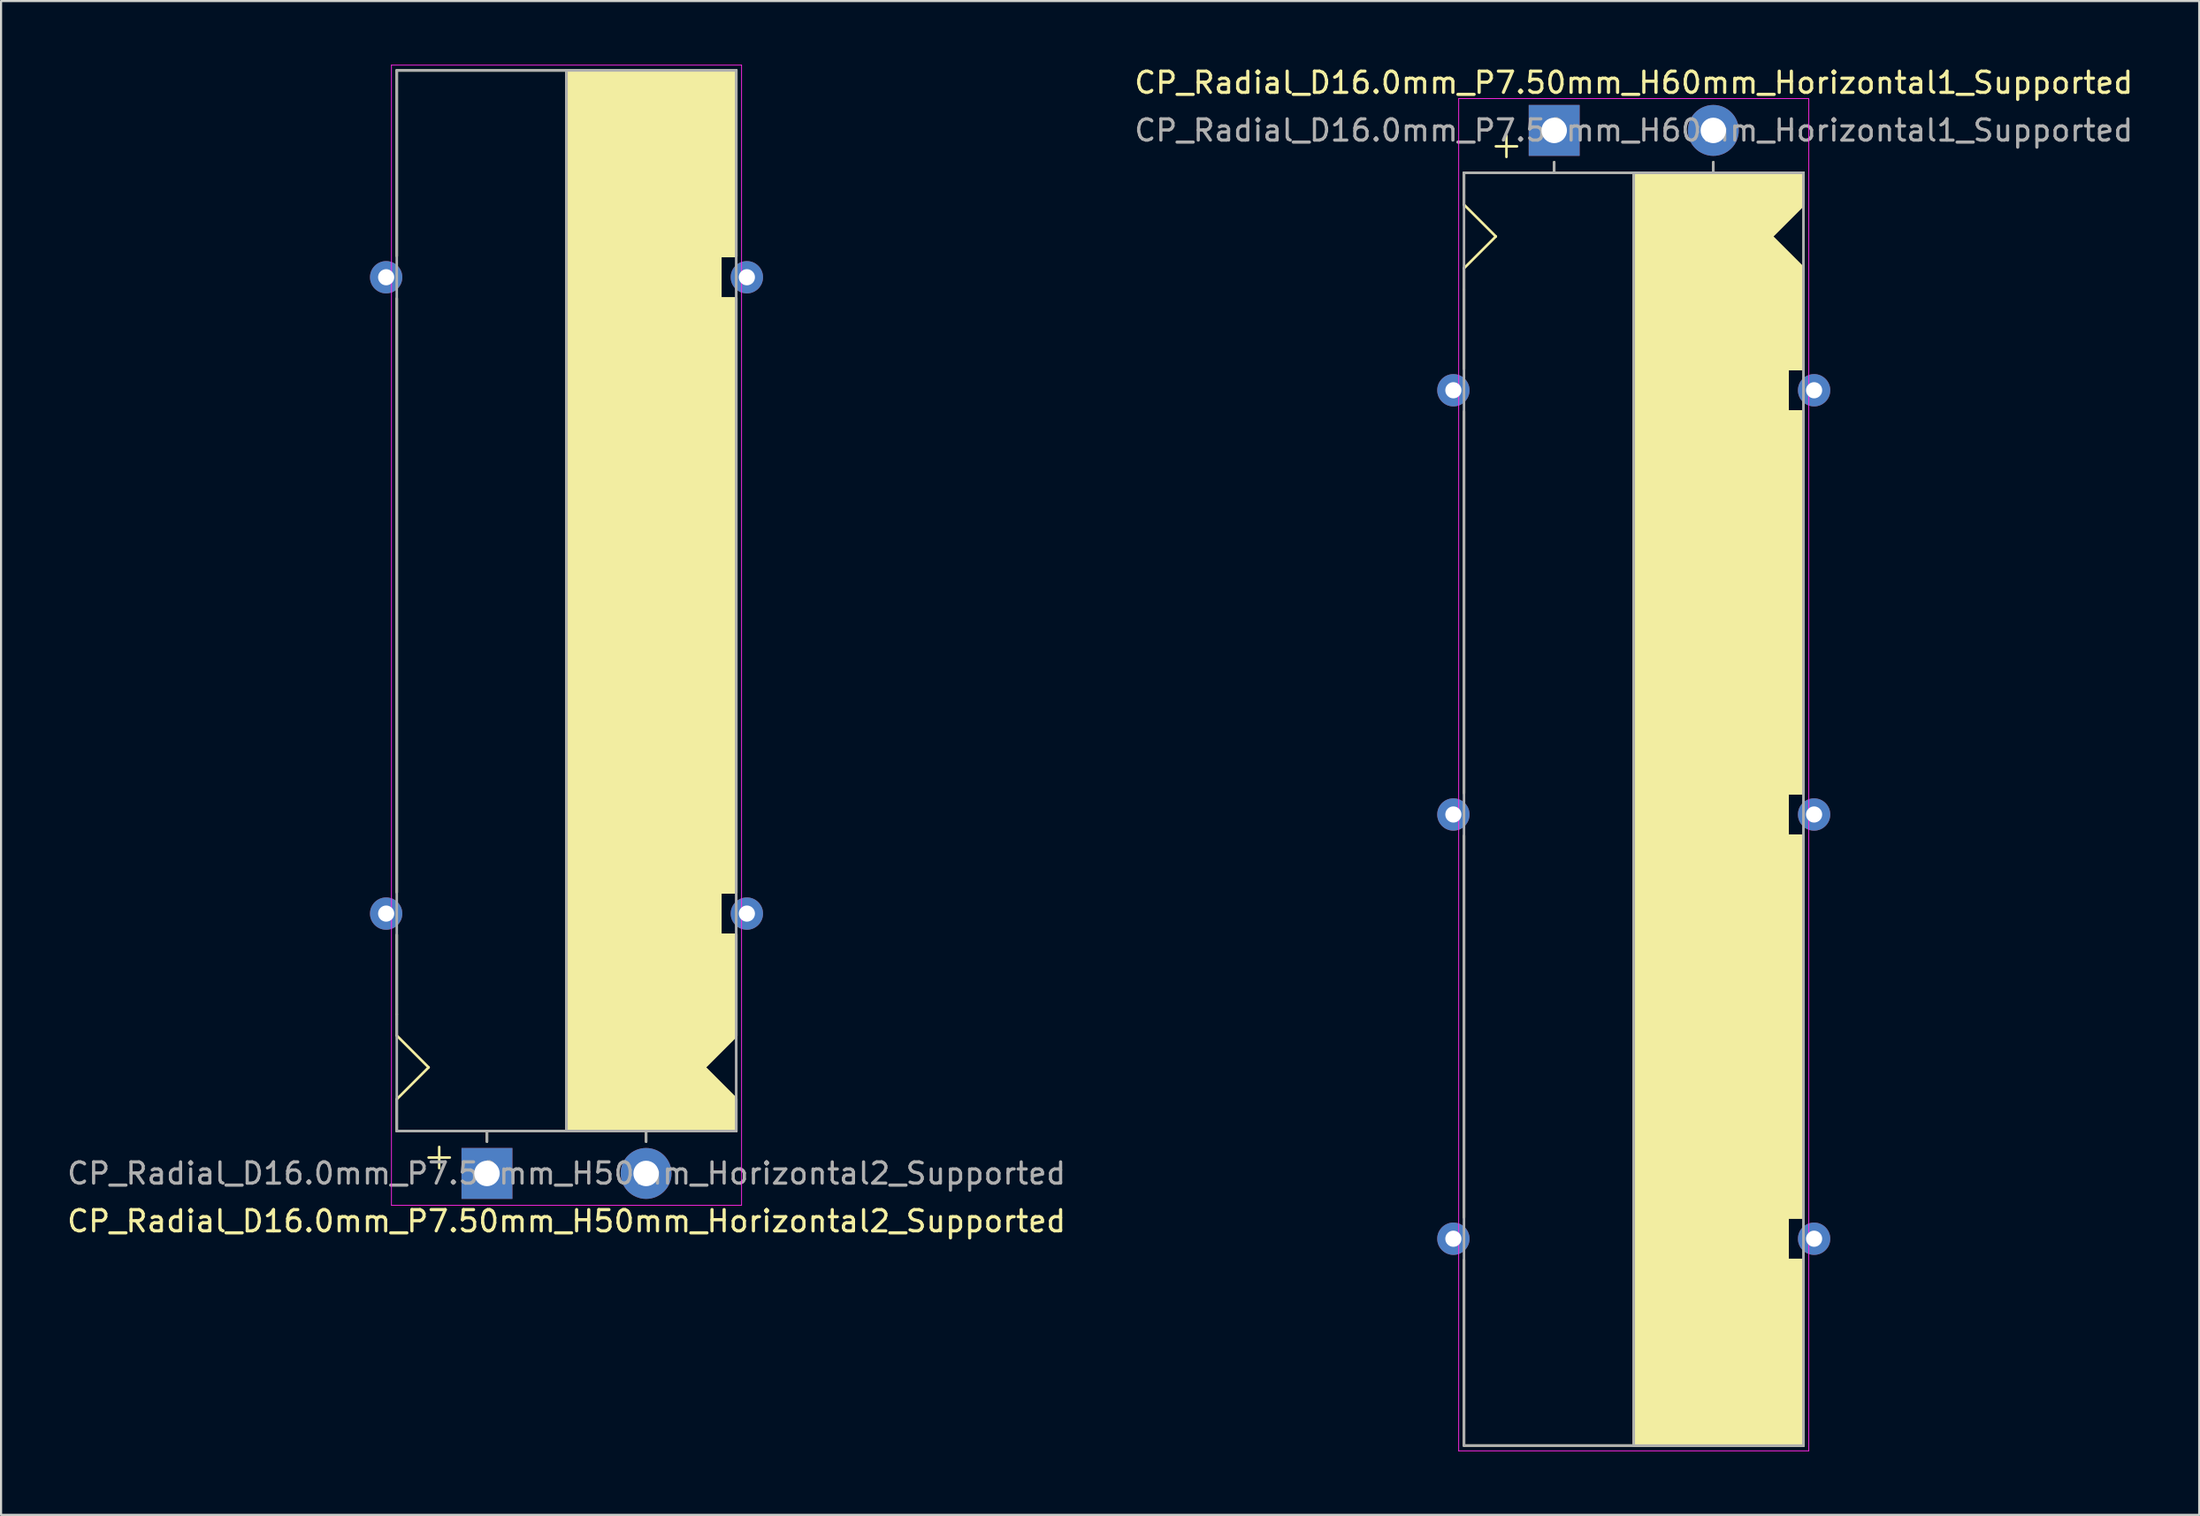
<source format=kicad_pcb>
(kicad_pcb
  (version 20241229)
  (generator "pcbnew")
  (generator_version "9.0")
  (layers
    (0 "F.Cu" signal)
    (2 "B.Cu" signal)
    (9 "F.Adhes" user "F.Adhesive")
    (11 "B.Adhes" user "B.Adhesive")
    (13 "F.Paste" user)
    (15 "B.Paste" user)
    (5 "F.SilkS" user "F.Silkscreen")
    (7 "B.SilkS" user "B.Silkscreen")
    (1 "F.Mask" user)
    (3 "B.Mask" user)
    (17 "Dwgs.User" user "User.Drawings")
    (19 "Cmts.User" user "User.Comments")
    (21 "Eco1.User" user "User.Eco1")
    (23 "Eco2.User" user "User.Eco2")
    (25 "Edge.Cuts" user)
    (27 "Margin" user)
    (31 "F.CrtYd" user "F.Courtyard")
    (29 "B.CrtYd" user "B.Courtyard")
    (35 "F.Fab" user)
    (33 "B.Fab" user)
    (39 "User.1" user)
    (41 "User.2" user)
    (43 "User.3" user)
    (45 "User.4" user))
  (footprint "CP_Radial_D16.0mm_P7.50mm_H60mm_Horizontal1_Supported"
    (layer "F.Cu")
    (at 70.196 3.098)
    (property "Reference" "CP_Radial_D16.0mm_P7.50mm_H60mm_Horizontal1_Supported" (at 3.75 -2.25 0) (layer "F.SilkS") (effects (font (size 1 1) (thickness 0.15))))
    (attr through_hole)
    (fp_line (start -4.25 2) (end -4.25 3.5) (stroke (width 0.12) (type solid)) (layer "F.SilkS"))
    (fp_line (start -4.25 3.5) (end -2.75 5) (stroke (width 0.12) (type solid)) (layer "F.SilkS"))
    (fp_line (start -4.25 6.5) (end -4.25 7.5) (stroke (width 0.12) (type solid)) (layer "F.SilkS"))
    (fp_line (start -4.25 7.5) (end -4.25 11.25) (stroke (width 0.12) (type solid)) (layer "F.SilkS"))
    (fp_line (start -4.25 31.25) (end -4.25 13.25) (stroke (width 0.12) (type solid)) (layer "F.SilkS"))
    (fp_line (start -4.25 33.25) (end -4.25 51.25) (stroke (width 0.12) (type solid)) (layer "F.SilkS"))
    (fp_line (start -4.25 53.25) (end -4.25 62) (stroke (width 0.12) (type solid)) (layer "F.SilkS"))
    (fp_line (start -2.75 5) (end -4.25 6.5) (stroke (width 0.12) (type solid)) (layer "F.SilkS"))
    (fp_line (start -2.25 0.25) (end -2.25 1.25) (stroke (width 0.12) (type solid)) (layer "F.SilkS"))
    (fp_line (start -1.75 0.75) (end -2.75 0.75) (stroke (width 0.12) (type solid)) (layer "F.SilkS"))
    (fp_line (start 0 1.5) (end 0 2) (stroke (width 0.12) (type solid)) (layer "F.SilkS"))
    (fp_line (start 3.75 2) (end -4.25 2) (stroke (width 0.12) (type solid)) (layer "F.SilkS"))
    (fp_line (start 3.75 2) (end 3.75 62) (stroke (width 0.12) (type solid)) (layer "F.SilkS"))
    (fp_line (start 3.75 2) (end 11.75 2) (stroke (width 0.12) (type solid)) (layer "F.SilkS"))
    (fp_line (start 7.5 1.5) (end 7.5 2) (stroke (width 0.12) (type solid)) (layer "F.SilkS"))
    (fp_line (start 10.25 5) (end 11.75 6.5) (stroke (width 0.12) (type solid)) (layer "F.SilkS"))
    (fp_line (start 11 11.25) (end 11.75 11.25) (stroke (width 0.12) (type solid)) (layer "F.SilkS"))
    (fp_line (start 11 13.25) (end 11 11.25) (stroke (width 0.12) (type solid)) (layer "F.SilkS"))
    (fp_line (start 11 31.25) (end 11.75 31.25) (stroke (width 0.12) (type solid)) (layer "F.SilkS"))
    (fp_line (start 11 33.25) (end 11 31.25) (stroke (width 0.12) (type solid)) (layer "F.SilkS"))
    (fp_line (start 11 51.25) (end 11.75 51.25) (stroke (width 0.12) (type solid)) (layer "F.SilkS"))
    (fp_line (start 11 53.25) (end 11 51.25) (stroke (width 0.12) (type solid)) (layer "F.SilkS"))
    (fp_line (start 11.75 2) (end 11.75 3.5) (stroke (width 0.12) (type solid)) (layer "F.SilkS"))
    (fp_line (start 11.75 3.5) (end 10.25 5) (stroke (width 0.12) (type solid)) (layer "F.SilkS"))
    (fp_line (start 11.75 11.25) (end 11.75 6.5) (stroke (width 0.12) (type solid)) (layer "F.SilkS"))
    (fp_line (start 11.75 13.25) (end 11 13.25) (stroke (width 0.12) (type solid)) (layer "F.SilkS"))
    (fp_line (start 11.75 13.25) (end 11.75 31.25) (stroke (width 0.12) (type solid)) (layer "F.SilkS"))
    (fp_line (start 11.75 33.25) (end 11 33.25) (stroke (width 0.12) (type solid)) (layer "F.SilkS"))
    (fp_line (start 11.75 33.25) (end 11.75 51.25) (stroke (width 0.12) (type solid)) (layer "F.SilkS"))
    (fp_line (start 11.75 53.25) (end 11 53.25) (stroke (width 0.12) (type solid)) (layer "F.SilkS"))
    (fp_line (start 11.75 62) (end -4.25 62) (stroke (width 0.12) (type solid)) (layer "F.SilkS"))
    (fp_line (start 11.75 62) (end 11.75 53.25) (stroke (width 0.12) (type solid)) (layer "F.SilkS"))
    (fp_poly (pts (xy 11.75 3.5) (xy 10.25 5) (xy 11.75 6.5) (xy 11.75 11.25) (xy 11 11.25) (xy 11 13.25) (xy 11.75 13.25) (xy 11.75 31.25) (xy 11 31.25) (xy 11 33.25) (xy 11.75 33.25) (xy 11.75 51.25) (xy 11 51.25) (xy 11 53.25) (xy 11.75 53.25) (xy 11.75 62) (xy 3.75 62) (xy 3.75 2) (xy 11.75 2)) (stroke (width 0.1) (type solid)) (fill yes) (layer "F.SilkS"))
    (fp_line (start -4.5 -1.5) (end 12 -1.5) (stroke (width 0.04) (type solid)) (layer "F.CrtYd"))
    (fp_line (start -4.5 62.25) (end -4.5 -1.5) (stroke (width 0.04) (type solid)) (layer "F.CrtYd"))
    (fp_line (start 12 -1.5) (end 12 62.25) (stroke (width 0.04) (type solid)) (layer "F.CrtYd"))
    (fp_line (start 12 62.25) (end -4.5 62.25) (stroke (width 0.04) (type solid)) (layer "F.CrtYd"))
    (fp_line (start -4.25 2) (end -4.25 62) (stroke (width 0.12) (type solid)) (layer "F.Fab"))
    (fp_line (start -4.25 62) (end 11.75 62) (stroke (width 0.12) (type solid)) (layer "F.Fab"))
    (fp_line (start 0 1.5) (end 0 2) (stroke (width 0.12) (type solid)) (layer "F.Fab"))
    (fp_line (start 0 2) (end -4.25 2) (stroke (width 0.12) (type solid)) (layer "F.Fab"))
    (fp_line (start 3.75 2) (end 3.75 62) (stroke (width 0.12) (type solid)) (layer "F.Fab"))
    (fp_line (start 7.5 1.5) (end 7.5 2) (stroke (width 0.12) (type solid)) (layer "F.Fab"))
    (fp_line (start 11.75 2) (end 0 2) (stroke (width 0.12) (type solid)) (layer "F.Fab"))
    (fp_line (start 11.75 62) (end 11.75 2) (stroke (width 0.12) (type solid)) (layer "F.Fab"))
    (fp_poly (pts (xy 11.75 62) (xy 3.75 62) (xy 3.75 2) (xy 11.75 2)) (stroke (width 0.1) (type solid)) (fill no) (layer "F.Fab"))
    (fp_text user "${REFERENCE}" (at 3.75 0 0) (layer "F.Fab") (effects (font (size 1 1) (thickness 0.15))))
    (pad "" thru_hole circle (at -4.75 12.25) (size 1.524 1.524) (drill 0.762) (layers "*.Cu" "*.Mask"))
    (pad "" thru_hole circle (at -4.75 32.25) (size 1.524 1.524) (drill 0.762) (layers "*.Cu" "*.Mask"))
    (pad "" thru_hole circle (at -4.75 52.25) (size 1.524 1.524) (drill 0.762) (layers "*.Cu" "*.Mask"))
    (pad "" thru_hole circle (at 12.25 12.25) (size 1.524 1.524) (drill 0.762) (layers "*.Cu" "*.Mask"))
    (pad "" thru_hole circle (at 12.25 32.25) (size 1.524 1.524) (drill 0.762) (layers "*.Cu" "*.Mask"))
    (pad "" thru_hole circle (at 12.25 52.25) (size 1.524 1.524) (drill 0.762) (layers "*.Cu" "*.Mask"))
    (pad "1" thru_hole rect (at 0 0) (size 2.4 2.4) (drill 1.2) (layers "*.Cu" "*.Mask"))
    (pad "2" thru_hole circle (at 7.5 0) (size 2.4 2.4) (drill 1.2) (layers "*.Cu" "*.Mask")))
  (footprint "CP_Radial_D16.0mm_P7.50mm_H50mm_Horizontal2_Supported"
    (layer "F.Cu")
    (at 19.899 52.27)
    (property "Reference" "CP_Radial_D16.0mm_P7.50mm_H50mm_Horizontal2_Supported" (at 3.75 2.25 0) (layer "F.SilkS") (effects (font (size 1 1) (thickness 0.15))))
    (attr through_hole)
    (fp_line (start -4.25 -43.25) (end -4.25 -52) (stroke (width 0.12) (type solid)) (layer "F.SilkS"))
    (fp_line (start -4.25 -41.25) (end -4.25 -13.25) (stroke (width 0.12) (type solid)) (layer "F.SilkS"))
    (fp_line (start -4.25 -7.5) (end -4.25 -11.25) (stroke (width 0.12) (type solid)) (layer "F.SilkS"))
    (fp_line (start -4.25 -6.5) (end -4.25 -7.5) (stroke (width 0.12) (type solid)) (layer "F.SilkS"))
    (fp_line (start -4.25 -3.5) (end -2.75 -5) (stroke (width 0.12) (type solid)) (layer "F.SilkS"))
    (fp_line (start -4.25 -2) (end -4.25 -3.5) (stroke (width 0.12) (type solid)) (layer "F.SilkS"))
    (fp_line (start -2.75 -5) (end -4.25 -6.5) (stroke (width 0.12) (type solid)) (layer "F.SilkS"))
    (fp_line (start -2.25 -1.25) (end -2.25 -0.25) (stroke (width 0.12) (type solid)) (layer "F.SilkS"))
    (fp_line (start -1.75 -0.75) (end -2.75 -0.75) (stroke (width 0.12) (type solid)) (layer "F.SilkS"))
    (fp_line (start 0 -1.5) (end 0 -2) (stroke (width 0.12) (type solid)) (layer "F.SilkS"))
    (fp_line (start 3.75 -2) (end -4.25 -2) (stroke (width 0.12) (type solid)) (layer "F.SilkS"))
    (fp_line (start 3.75 -2) (end 3.75 -52) (stroke (width 0.12) (type solid)) (layer "F.SilkS"))
    (fp_line (start 3.75 -2) (end 11.75 -2) (stroke (width 0.12) (type solid)) (layer "F.SilkS"))
    (fp_line (start 7.5 -1.5) (end 7.5 -2) (stroke (width 0.12) (type solid)) (layer "F.SilkS"))
    (fp_line (start 10.25 -5) (end 11.75 -6.5) (stroke (width 0.12) (type solid)) (layer "F.SilkS"))
    (fp_line (start 11 -43.25) (end 11 -41.25) (stroke (width 0.12) (type solid)) (layer "F.SilkS"))
    (fp_line (start 11 -41.25) (end 11.75 -41.25) (stroke (width 0.12) (type solid)) (layer "F.SilkS"))
    (fp_line (start 11 -13.25) (end 11 -11.25) (stroke (width 0.12) (type solid)) (layer "F.SilkS"))
    (fp_line (start 11 -11.25) (end 11.75 -11.25) (stroke (width 0.12) (type solid)) (layer "F.SilkS"))
    (fp_line (start 11.75 -52) (end -4.25 -52) (stroke (width 0.12) (type solid)) (layer "F.SilkS"))
    (fp_line (start 11.75 -52) (end 11.75 -43.25) (stroke (width 0.12) (type solid)) (layer "F.SilkS"))
    (fp_line (start 11.75 -43.25) (end 11 -43.25) (stroke (width 0.12) (type solid)) (layer "F.SilkS"))
    (fp_line (start 11.75 -13.25) (end 11 -13.25) (stroke (width 0.12) (type solid)) (layer "F.SilkS"))
    (fp_line (start 11.75 -13.25) (end 11.75 -41.25) (stroke (width 0.12) (type solid)) (layer "F.SilkS"))
    (fp_line (start 11.75 -11.25) (end 11.75 -6.5) (stroke (width 0.12) (type solid)) (layer "F.SilkS"))
    (fp_line (start 11.75 -3.5) (end 10.25 -5) (stroke (width 0.12) (type solid)) (layer "F.SilkS"))
    (fp_line (start 11.75 -2) (end 11.75 -3.5) (stroke (width 0.12) (type solid)) (layer "F.SilkS"))
    (fp_poly (pts (xy 11.75 -3.5) (xy 10.25 -5) (xy 11.75 -6.5) (xy 11.75 -11.25) (xy 11 -11.25) (xy 11 -13.25) (xy 11.75 -13.25) (xy 11.75 -41.25) (xy 11 -41.25) (xy 11 -43.25) (xy 11.75 -43.25) (xy 11.75 -52) (xy 3.75 -52) (xy 3.75 -2) (xy 11.75 -2)) (stroke (width 0.1) (type solid)) (fill yes) (layer "F.SilkS"))
    (fp_line (start -4.5 -52.25) (end -4.5 1.5) (stroke (width 0.04) (type solid)) (layer "F.CrtYd"))
    (fp_line (start -4.5 1.5) (end 12 1.5) (stroke (width 0.04) (type solid)) (layer "F.CrtYd"))
    (fp_line (start 12 -52.25) (end -4.5 -52.25) (stroke (width 0.04) (type solid)) (layer "F.CrtYd"))
    (fp_line (start 12 1.5) (end 12 -52.25) (stroke (width 0.04) (type solid)) (layer "F.CrtYd"))
    (fp_line (start -4.25 -52) (end 11.75 -52) (stroke (width 0.12) (type solid)) (layer "F.Fab"))
    (fp_line (start -4.25 -2) (end -4.25 -52) (stroke (width 0.12) (type solid)) (layer "F.Fab"))
    (fp_line (start 0 -2) (end -4.25 -2) (stroke (width 0.12) (type solid)) (layer "F.Fab"))
    (fp_line (start 0 -1.5) (end 0 -2) (stroke (width 0.12) (type solid)) (layer "F.Fab"))
    (fp_line (start 3.75 -2) (end 3.75 -52) (stroke (width 0.12) (type solid)) (layer "F.Fab"))
    (fp_line (start 7.5 -1.5) (end 7.5 -2) (stroke (width 0.12) (type solid)) (layer "F.Fab"))
    (fp_line (start 11.75 -52) (end 11.75 -2) (stroke (width 0.12) (type solid)) (layer "F.Fab"))
    (fp_line (start 11.75 -2) (end 0 -2) (stroke (width 0.12) (type solid)) (layer "F.Fab"))
    (fp_poly (pts (xy 11.75 -52) (xy 3.75 -52) (xy 3.75 -2) (xy 11.75 -2)) (stroke (width 0.1) (type solid)) (fill no) (layer "F.Fab"))
    (fp_text user "${REFERENCE}" (at 3.75 0 0) (layer "F.Fab") (effects (font (size 1 1) (thickness 0.15))))
    (pad "" thru_hole circle (at -4.75 -42.25 180) (size 1.524 1.524) (drill 0.762) (layers "*.Cu" "*.Mask"))
    (pad "" thru_hole circle (at -4.75 -12.25 180) (size 1.524 1.524) (drill 0.762) (layers "*.Cu" "*.Mask"))
    (pad "" thru_hole circle (at 12.25 -42.25 180) (size 1.524 1.524) (drill 0.762) (layers "*.Cu" "*.Mask"))
    (pad "" thru_hole circle (at 12.25 -12.25 180) (size 1.524 1.524) (drill 0.762) (layers "*.Cu" "*.Mask"))
    (pad "1" thru_hole rect (at 0 0) (size 2.4 2.4) (drill 1.2) (layers "*.Cu" "*.Mask"))
    (pad "2" thru_hole circle (at 7.5 0) (size 2.4 2.4) (drill 1.2) (layers "*.Cu" "*.Mask")))
  (gr_rect
    (start -3 -3)
    (end 100.595 68.368)
    (stroke (width 0.1) (type default))
    (fill no)
    (layer "Edge.Cuts")))
</source>
